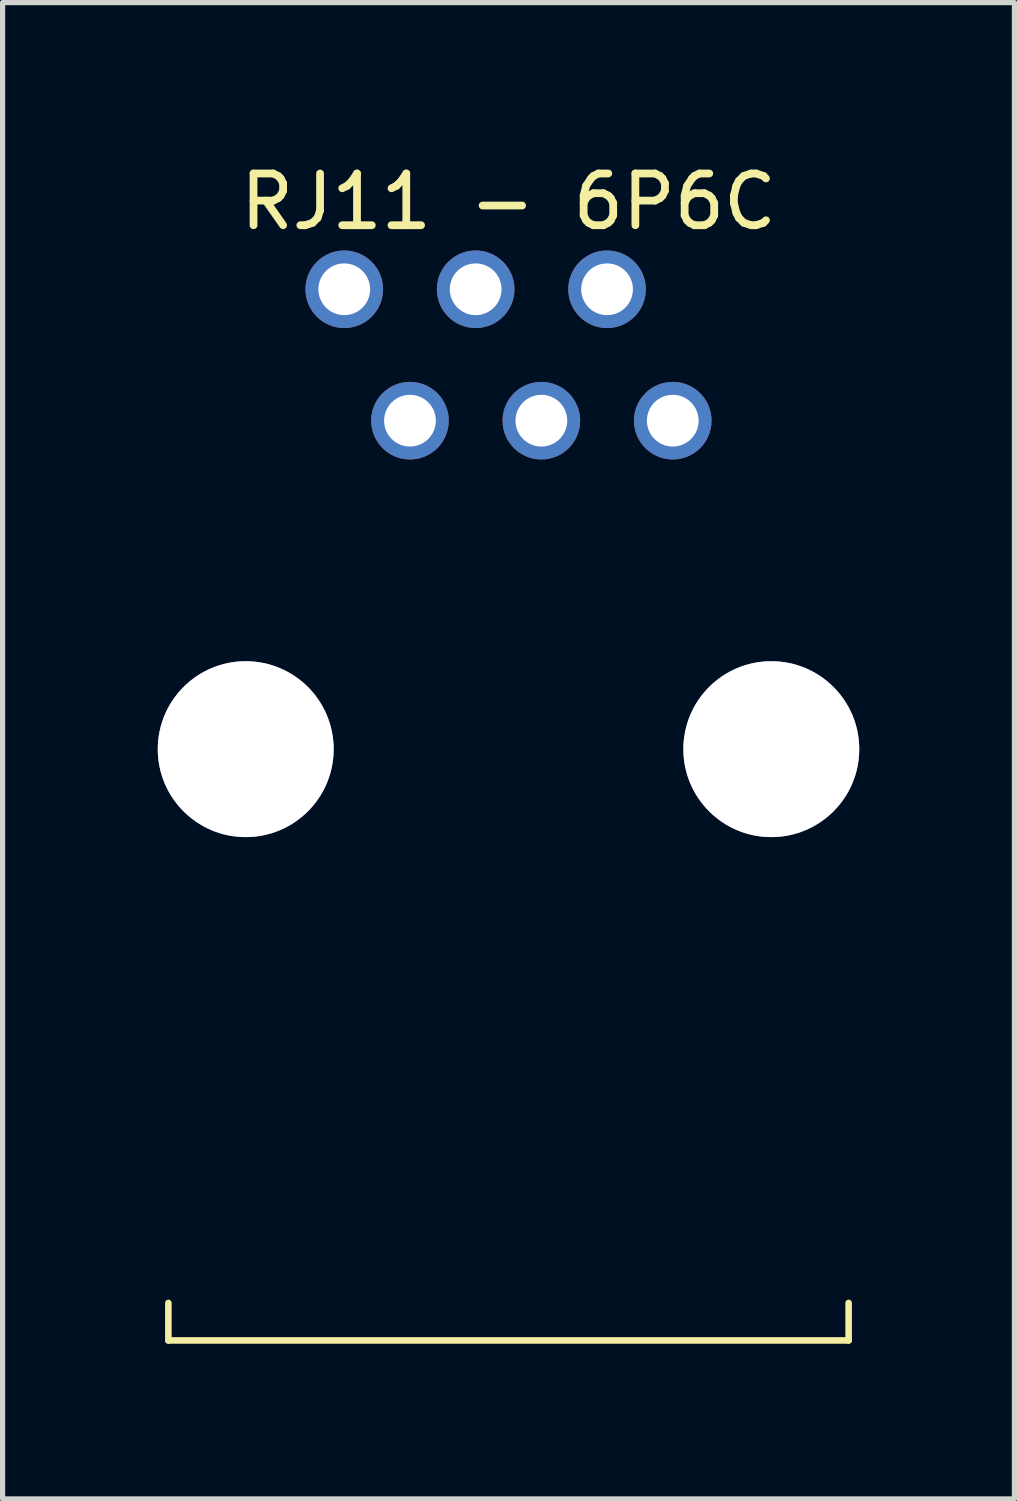
<source format=kicad_pcb>
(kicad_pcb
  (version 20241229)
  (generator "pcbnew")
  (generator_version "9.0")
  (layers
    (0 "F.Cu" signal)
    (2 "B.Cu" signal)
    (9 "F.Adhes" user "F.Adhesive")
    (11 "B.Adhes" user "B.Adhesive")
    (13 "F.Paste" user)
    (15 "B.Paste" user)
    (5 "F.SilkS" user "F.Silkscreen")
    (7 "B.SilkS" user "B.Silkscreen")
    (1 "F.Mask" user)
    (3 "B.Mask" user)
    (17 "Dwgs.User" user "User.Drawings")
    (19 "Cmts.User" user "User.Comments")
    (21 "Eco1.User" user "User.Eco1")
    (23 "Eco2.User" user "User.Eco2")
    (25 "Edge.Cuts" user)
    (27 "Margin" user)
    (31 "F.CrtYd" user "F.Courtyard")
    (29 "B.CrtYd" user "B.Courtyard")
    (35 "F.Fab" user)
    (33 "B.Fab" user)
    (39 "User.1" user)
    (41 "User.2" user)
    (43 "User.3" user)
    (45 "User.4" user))
  (footprint "RJ11 - 6P6C"
    (layer "F.Cu")
    (at 6.78 3.812)
    (property "Reference" "RJ11 - 6P6C" (at 0 -2.963 0) (layer "F.SilkS") (effects (font (size 1 1) (thickness 0.15))))
    (fp_line (start -6.575 19.05) (end -6.575 18.325) (stroke (width 0.127) (type solid)) (layer "F.SilkS"))
    (fp_line (start -6.575 19.05) (end 6.575 19.05) (stroke (width 0.127) (type solid)) (layer "F.SilkS"))
    (fp_line (start 6.575 19.05) (end 6.575 18.325) (stroke (width 0.127) (type solid)) (layer "F.SilkS"))
    (pad "" thru_hole circle (at -5.08 7.62) (size 3.4 3.4) (drill 3.4) (layers "*.Cu" "*.Mask"))
    (pad "" thru_hole circle (at 5.08 7.62) (size 3.4 3.4) (drill 3.4) (layers "*.Cu" "*.Mask"))
    (pad "1" thru_hole circle (at -3.175 -1.27 180) (size 1.5 1.5) (drill 1) (layers "*.Cu" "*.Mask"))
    (pad "6" thru_hole circle (at 3.175 1.27 180) (size 1.5 1.5) (drill 1) (layers "*.Cu" "*.Mask"))
    (pad "A" thru_hole circle (at -0.635 -1.27 180) (size 1.5 1.5) (drill 1) (layers "*.Cu" "*.Mask"))
    (pad "B" thru_hole circle (at 0.635 1.27 180) (size 1.5 1.5) (drill 1) (layers "*.Cu" "*.Mask"))
    (pad "GND" thru_hole circle (at -1.905 1.27 180) (size 1.5 1.5) (drill 1) (layers "*.Cu" "*.Mask"))
    (pad "VCC" thru_hole circle (at 1.905 -1.27 180) (size 1.5 1.5) (drill 1) (layers "*.Cu" "*.Mask"))
    (zone (net_name "") (layer "F.SilkS") (hatch edge 0.5) (connect_pads) (min_thickness 0.25) (filled_areas_thickness no) (keepout (tracks not_allowed) (vias not_allowed) (pads not_allowed) (copperpour not_allowed) (footprints allowed)) (placement (enabled no)) (fill) (polygon (pts (xy 0.146 1.587) (xy 0.181 1.553) (xy 0.229 1.553) (xy 0.264 1.587) (xy 0.269 1.612) (xy 0.269 22.137) (xy 0.264 22.161) (xy 0.229 22.195) (xy 0.181 22.195) (xy 0.146 22.161) (xy 0.141 22.137) (xy 0.141 1.612))))
    (zone (net_name "") (layer "F.SilkS") (hatch edge 0.5) (connect_pads) (min_thickness 0.25) (filled_areas_thickness no) (keepout (tracks not_allowed) (vias not_allowed) (pads not_allowed) (copperpour not_allowed) (footprints allowed)) (placement (enabled no)) (fill) (polygon (pts (xy 13.296 1.587) (xy 13.331 1.553) (xy 13.379 1.553) (xy 13.414 1.587) (xy 13.418 1.612) (xy 13.418 22.137) (xy 13.414 22.161) (xy 13.379 22.195) (xy 13.331 22.195) (xy 13.296 22.161) (xy 13.291 22.137) (xy 13.291 1.612))))
    (zone (net_name "") (layer "F.SilkS") (hatch edge 0.5) (connect_pads) (min_thickness 0.25) (filled_areas_thickness no) (keepout (tracks not_allowed) (vias not_allowed) (pads not_allowed) (copperpour not_allowed) (footprints allowed)) (placement (enabled no)) (fill) (polygon (pts (xy 13.379 1.553) (xy 13.414 1.587) (xy 13.414 1.636) (xy 13.379 1.67) (xy 13.355 1.675) (xy 0.205 1.675) (xy 0.181 1.67) (xy 0.146 1.636) (xy 0.146 1.587) (xy 0.181 1.553) (xy 0.205 1.548) (xy 13.355 1.548))))
    (zone (net_name "") (layer "F.SilkS") (hatch edge 0.5) (connect_pads) (min_thickness 0.25) (filled_areas_thickness no) (keepout (tracks not_allowed) (vias not_allowed) (pads not_allowed) (copperpour not_allowed) (footprints allowed)) (placement (enabled no)) (fill) (polygon (pts (xy 13.379 22.078) (xy 13.414 22.112) (xy 13.414 22.161) (xy 13.379 22.195) (xy 13.355 22.2) (xy 0.205 22.2) (xy 0.181 22.195) (xy 0.146 22.161) (xy 0.146 22.112) (xy 0.181 22.078) (xy 0.205 22.073) (xy 13.355 22.073)))))
  (gr_rect
    (start -3 -3)
    (end 16.56 25.925)
    (stroke (width 0.1) (type default))
    (fill no)
    (layer "Edge.Cuts")))
</source>
